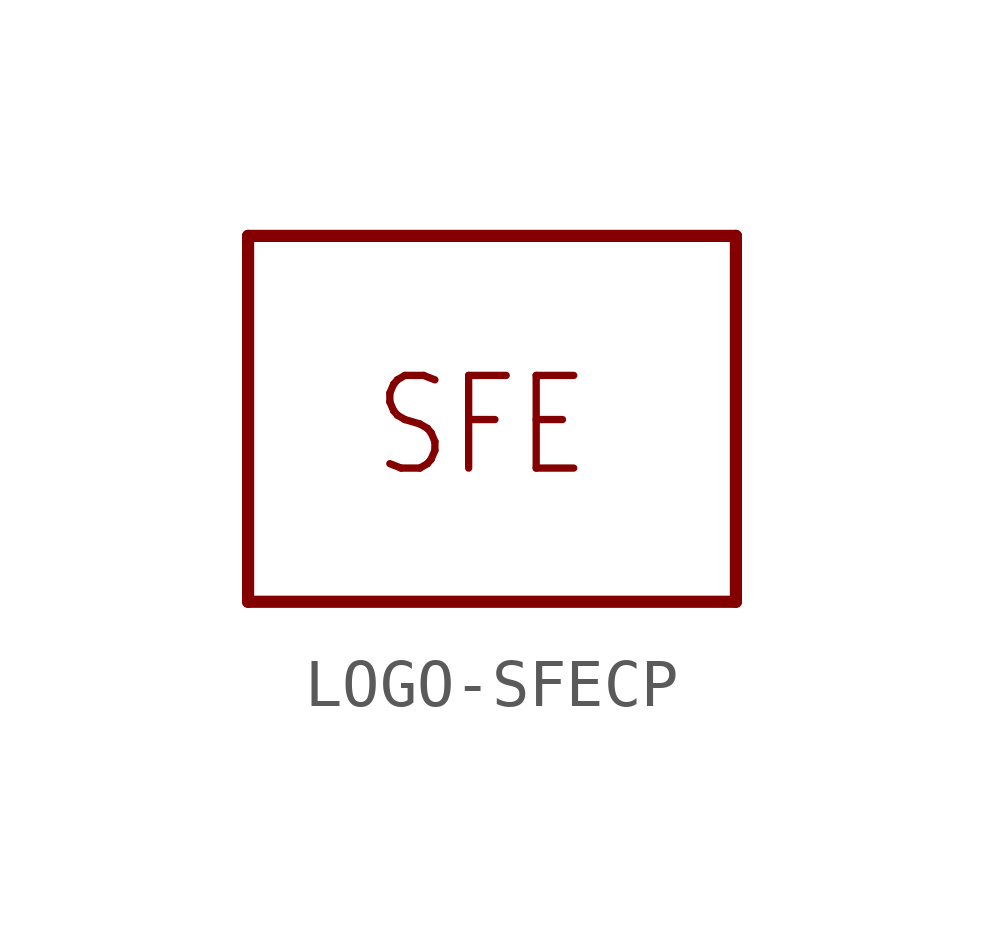
<source format=kicad_sym>
(kicad_symbol_lib
  (version 20220914)
  (generator kicad_symbol_editor)
  (symbol "LOGO-SFECP"
    (property "Reference" "JP"
      (at 0 0 0)
      (effects (font (size 1.27 1.27)) hide))
    (property "ki_locked" ""
      (at 0 0 0)
      (effects (font (size 1.27 1.27))))
    (symbol "LOGO-SFECP_1_0"
      (polyline (pts (xy -2.54 -2.54) (xy 7.62 -2.54)) (stroke (width 0.254) (type solid)) (fill (type none)))
      (polyline (pts (xy -2.54 5.08) (xy -2.54 -2.54)) (stroke (width 0.254) (type solid)) (fill (type none)))
      (polyline (pts (xy 7.62 -2.54) (xy 7.62 5.08)) (stroke (width 0.254) (type solid)) (fill (type none)))
      (polyline (pts (xy 7.62 5.08) (xy -2.54 5.08)) (stroke (width 0.254) (type solid)) (fill (type none)))
      (text "SFE" (at 0 0 0) (effects (font (size 1.93 1.641)) (justify left bottom))))))
</source>
